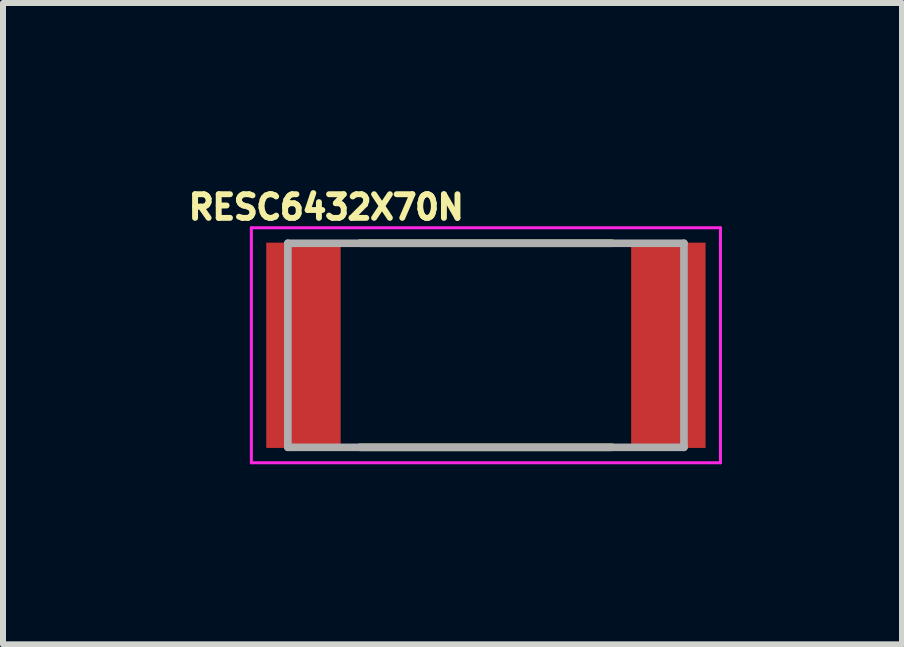
<source format=kicad_pcb>
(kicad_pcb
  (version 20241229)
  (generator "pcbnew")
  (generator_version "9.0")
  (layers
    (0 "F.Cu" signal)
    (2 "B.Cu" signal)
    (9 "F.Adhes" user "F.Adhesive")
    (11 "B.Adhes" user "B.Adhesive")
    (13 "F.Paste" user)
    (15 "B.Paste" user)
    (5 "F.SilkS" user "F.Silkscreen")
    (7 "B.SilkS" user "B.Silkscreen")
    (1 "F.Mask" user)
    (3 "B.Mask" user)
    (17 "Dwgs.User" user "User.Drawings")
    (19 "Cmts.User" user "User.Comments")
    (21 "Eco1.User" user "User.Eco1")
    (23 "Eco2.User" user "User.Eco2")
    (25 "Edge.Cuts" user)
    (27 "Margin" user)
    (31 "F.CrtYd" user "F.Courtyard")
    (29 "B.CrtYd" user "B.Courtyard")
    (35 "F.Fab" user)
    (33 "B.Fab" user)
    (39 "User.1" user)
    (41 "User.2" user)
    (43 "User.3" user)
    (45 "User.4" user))
  (footprint "RESC6432X70N"
    (layer "F.Cu")
    (at 5.046 2.703)
    (property "Reference" "RESC6432X70N" (at -2.66 -2.3 0) (layer "F.SilkS") (effects (font (size 0.394 0.394) (thickness 0.15))))
    (attr smd)
    (fp_line (start -2.1 -1.7) (end 2.1 -1.7) (stroke (width 0.127) (type solid)) (layer "F.SilkS"))
    (fp_line (start -2.1 1.7) (end 2.1 1.7) (stroke (width 0.127) (type solid)) (layer "F.SilkS"))
    (fp_line (start -3.908 -1.958) (end 3.908 -1.958) (stroke (width 0.05) (type solid)) (layer "F.CrtYd"))
    (fp_line (start -3.908 1.958) (end -3.908 -1.958) (stroke (width 0.05) (type solid)) (layer "F.CrtYd"))
    (fp_line (start -3.908 1.958) (end 3.908 1.958) (stroke (width 0.05) (type solid)) (layer "F.CrtYd"))
    (fp_line (start 3.908 1.958) (end 3.908 -1.958) (stroke (width 0.05) (type solid)) (layer "F.CrtYd"))
    (fp_line (start -3.3 1.7) (end -3.3 -1.7) (stroke (width 0.127) (type solid)) (layer "F.Fab"))
    (fp_line (start 3.3 -1.7) (end -3.3 -1.7) (stroke (width 0.127) (type solid)) (layer "F.Fab"))
    (fp_line (start 3.3 1.7) (end -3.3 1.7) (stroke (width 0.127) (type solid)) (layer "F.Fab"))
    (fp_line (start 3.3 1.7) (end 3.3 -1.7) (stroke (width 0.127) (type solid)) (layer "F.Fab"))
    (pad "1" smd rect (at -3.04 0) (size 1.24 3.42) (layers "F.Cu" "F.Mask" "F.Paste"))
    (pad "2" smd rect (at 3.04 0) (size 1.24 3.42) (layers "F.Cu" "F.Mask" "F.Paste")))
  (gr_rect
    (start -3 -3)
    (end 11.979 7.686)
    (stroke (width 0.1) (type default))
    (fill no)
    (layer "Edge.Cuts")))
</source>
